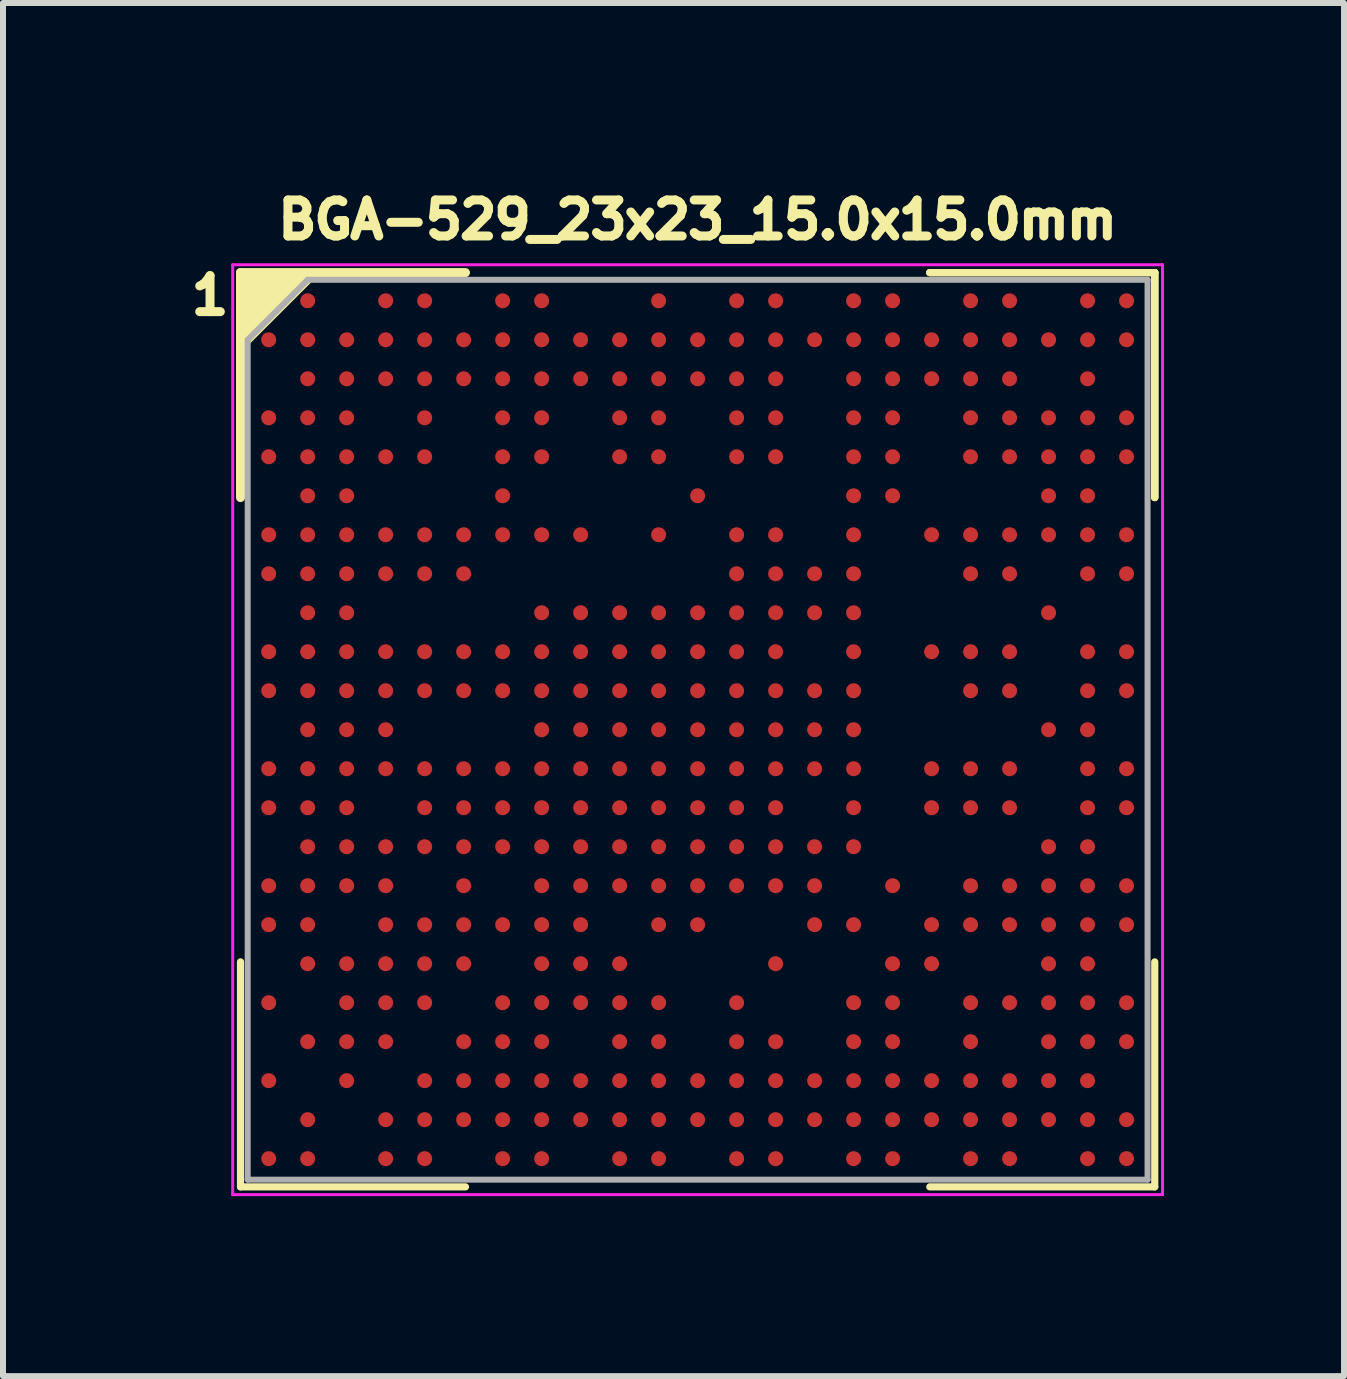
<source format=kicad_pcb>
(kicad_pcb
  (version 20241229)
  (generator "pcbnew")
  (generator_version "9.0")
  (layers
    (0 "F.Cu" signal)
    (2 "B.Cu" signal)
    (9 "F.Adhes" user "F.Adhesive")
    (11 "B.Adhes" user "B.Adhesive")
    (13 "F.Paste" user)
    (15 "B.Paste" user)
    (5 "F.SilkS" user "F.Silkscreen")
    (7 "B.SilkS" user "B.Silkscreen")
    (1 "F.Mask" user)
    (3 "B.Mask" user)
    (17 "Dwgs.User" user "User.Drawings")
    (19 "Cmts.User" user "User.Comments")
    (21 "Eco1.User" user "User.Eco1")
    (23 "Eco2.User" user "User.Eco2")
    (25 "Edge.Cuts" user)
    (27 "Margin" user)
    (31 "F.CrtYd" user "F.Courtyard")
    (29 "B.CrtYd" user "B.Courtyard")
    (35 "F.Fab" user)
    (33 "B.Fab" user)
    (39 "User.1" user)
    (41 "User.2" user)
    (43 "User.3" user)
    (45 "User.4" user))
  (footprint "BGA-529_23x23_15.0x15.0mm"
    (layer "F.Cu")
    (at 8.579 9.114)
    (property "Reference" "BGA-529_23x23_15.0x15.0mm" (at 0 -8.5 0) (layer "F.SilkS") (effects (font (size 0.6 0.6) (thickness 0.15))))
    (attr smd)
    (fp_line (start -7.62 -7.62) (end -7.62 -3.87) (stroke (width 0.15) (type solid)) (layer "F.SilkS"))
    (fp_line (start -7.62 7.62) (end -7.62 3.87) (stroke (width 0.12) (type solid)) (layer "F.SilkS"))
    (fp_line (start -3.87 -7.62) (end -7.62 -7.62) (stroke (width 0.15) (type solid)) (layer "F.SilkS"))
    (fp_line (start -3.87 7.62) (end -7.62 7.62) (stroke (width 0.12) (type solid)) (layer "F.SilkS"))
    (fp_line (start 3.87 -7.62) (end 7.62 -7.62) (stroke (width 0.12) (type solid)) (layer "F.SilkS"))
    (fp_line (start 3.87 -7.62) (end 7.62 -7.62) (stroke (width 0.12) (type solid)) (layer "F.SilkS"))
    (fp_line (start 3.87 -7.62) (end 7.62 -7.62) (stroke (width 0.12) (type solid)) (layer "F.SilkS"))
    (fp_line (start 3.87 7.62) (end 7.62 7.62) (stroke (width 0.12) (type solid)) (layer "F.SilkS"))
    (fp_line (start 7.62 -7.62) (end 7.62 -3.87) (stroke (width 0.12) (type solid)) (layer "F.SilkS"))
    (fp_line (start 7.62 -7.62) (end 7.62 -3.87) (stroke (width 0.12) (type solid)) (layer "F.SilkS"))
    (fp_line (start 7.62 -7.62) (end 7.62 -3.87) (stroke (width 0.12) (type solid)) (layer "F.SilkS"))
    (fp_line (start 7.62 7.62) (end 7.62 3.87) (stroke (width 0.12) (type solid)) (layer "F.SilkS"))
    (fp_poly (pts (xy -7.62 -6.35) (xy -7.62 -7.62) (xy -6.35 -7.62)) (stroke (width 0.1) (type solid)) (fill yes) (layer "F.SilkS"))
    (fp_line (start -7.75 -7.75) (end 7.75 -7.75) (stroke (width 0.05) (type solid)) (layer "F.CrtYd"))
    (fp_line (start -7.75 7.75) (end -7.75 -7.75) (stroke (width 0.05) (type solid)) (layer "F.CrtYd"))
    (fp_line (start 7.75 -7.75) (end 7.75 7.75) (stroke (width 0.05) (type solid)) (layer "F.CrtYd"))
    (fp_line (start 7.75 7.75) (end -7.75 7.75) (stroke (width 0.05) (type solid)) (layer "F.CrtYd"))
    (fp_line (start -7.5 -6.5) (end -7.5 7.5) (stroke (width 0.1) (type solid)) (layer "F.Fab"))
    (fp_line (start -7.5 7.5) (end 7.5 7.5) (stroke (width 0.1) (type solid)) (layer "F.Fab"))
    (fp_line (start -6.5 -7.5) (end -7.5 -6.5) (stroke (width 0.1) (type solid)) (layer "F.Fab"))
    (fp_line (start 7.5 -7.5) (end -6.5 -7.5) (stroke (width 0.1) (type solid)) (layer "F.Fab"))
    (fp_line (start 7.5 7.5) (end 7.5 -7.5) (stroke (width 0.1) (type solid)) (layer "F.Fab"))
    (fp_text user "1" (at -8.128 -7.239 0) (unlocked yes) (layer "F.SilkS") (effects (font (size 0.6 0.6) (thickness 0.15))))
    (pad "A1" smd circle (at -7.15 -7.15) (size 0.25 0.25) (layers "F.Cu" "F.Mask" "F.Paste"))
    (pad "A2" smd circle (at -6.5 -7.15) (size 0.25 0.25) (layers "F.Cu" "F.Mask" "F.Paste"))
    (pad "A4" smd circle (at -5.2 -7.15) (size 0.25 0.25) (layers "F.Cu" "F.Mask" "F.Paste"))
    (pad "A5" smd circle (at -4.55 -7.15) (size 0.25 0.25) (layers "F.Cu" "F.Mask" "F.Paste"))
    (pad "A7" smd circle (at -3.25 -7.15) (size 0.25 0.25) (layers "F.Cu" "F.Mask" "F.Paste"))
    (pad "A8" smd circle (at -2.6 -7.15) (size 0.25 0.25) (layers "F.Cu" "F.Mask" "F.Paste"))
    (pad "A11" smd circle (at -0.65 -7.15) (size 0.25 0.25) (layers "F.Cu" "F.Mask" "F.Paste"))
    (pad "A13" smd circle (at 0.65 -7.15) (size 0.25 0.25) (layers "F.Cu" "F.Mask" "F.Paste"))
    (pad "A14" smd circle (at 1.3 -7.15) (size 0.25 0.25) (layers "F.Cu" "F.Mask" "F.Paste"))
    (pad "A16" smd circle (at 2.6 -7.15) (size 0.25 0.25) (layers "F.Cu" "F.Mask" "F.Paste"))
    (pad "A17" smd circle (at 3.25 -7.15) (size 0.25 0.25) (layers "F.Cu" "F.Mask" "F.Paste"))
    (pad "A19" smd circle (at 4.55 -7.15) (size 0.25 0.25) (layers "F.Cu" "F.Mask" "F.Paste"))
    (pad "A20" smd circle (at 5.2 -7.15) (size 0.25 0.25) (layers "F.Cu" "F.Mask" "F.Paste"))
    (pad "A22" smd circle (at 6.5 -7.15) (size 0.25 0.25) (layers "F.Cu" "F.Mask" "F.Paste"))
    (pad "A23" smd circle (at 7.15 -7.15) (size 0.25 0.25) (layers "F.Cu" "F.Mask" "F.Paste"))
    (pad "AA1" smd circle (at -7.15 5.85) (size 0.25 0.25) (layers "F.Cu" "F.Mask" "F.Paste"))
    (pad "AA3" smd circle (at -5.85 5.85) (size 0.25 0.25) (layers "F.Cu" "F.Mask" "F.Paste"))
    (pad "AA5" smd circle (at -4.55 5.85) (size 0.25 0.25) (layers "F.Cu" "F.Mask" "F.Paste"))
    (pad "AA6" smd circle (at -3.9 5.85) (size 0.25 0.25) (layers "F.Cu" "F.Mask" "F.Paste"))
    (pad "AA7" smd circle (at -3.25 5.85) (size 0.25 0.25) (layers "F.Cu" "F.Mask" "F.Paste"))
    (pad "AA8" smd circle (at -2.6 5.85) (size 0.25 0.25) (layers "F.Cu" "F.Mask" "F.Paste"))
    (pad "AA9" smd circle (at -1.95 5.85) (size 0.25 0.25) (layers "F.Cu" "F.Mask" "F.Paste"))
    (pad "AA10" smd circle (at -1.3 5.85) (size 0.25 0.25) (layers "F.Cu" "F.Mask" "F.Paste"))
    (pad "AA11" smd circle (at -0.65 5.85) (size 0.25 0.25) (layers "F.Cu" "F.Mask" "F.Paste"))
    (pad "AA12" smd circle (at 0 5.85) (size 0.25 0.25) (layers "F.Cu" "F.Mask" "F.Paste"))
    (pad "AA13" smd circle (at 0.65 5.85) (size 0.25 0.25) (layers "F.Cu" "F.Mask" "F.Paste"))
    (pad "AA14" smd circle (at 1.3 5.85) (size 0.25 0.25) (layers "F.Cu" "F.Mask" "F.Paste"))
    (pad "AA15" smd circle (at 1.95 5.85) (size 0.25 0.25) (layers "F.Cu" "F.Mask" "F.Paste"))
    (pad "AA16" smd circle (at 2.6 5.85) (size 0.25 0.25) (layers "F.Cu" "F.Mask" "F.Paste"))
    (pad "AA17" smd circle (at 3.25 5.85) (size 0.25 0.25) (layers "F.Cu" "F.Mask" "F.Paste"))
    (pad "AA18" smd circle (at 3.9 5.85) (size 0.25 0.25) (layers "F.Cu" "F.Mask" "F.Paste"))
    (pad "AA19" smd circle (at 4.55 5.85) (size 0.25 0.25) (layers "F.Cu" "F.Mask" "F.Paste"))
    (pad "AA20" smd circle (at 5.2 5.85) (size 0.25 0.25) (layers "F.Cu" "F.Mask" "F.Paste"))
    (pad "AA21" smd circle (at 5.85 5.85) (size 0.25 0.25) (layers "F.Cu" "F.Mask" "F.Paste"))
    (pad "AA22" smd circle (at 6.5 5.85) (size 0.25 0.25) (layers "F.Cu" "F.Mask" "F.Paste"))
    (pad "AB2" smd circle (at -6.5 6.5) (size 0.25 0.25) (layers "F.Cu" "F.Mask" "F.Paste"))
    (pad "AB4" smd circle (at -5.2 6.5) (size 0.25 0.25) (layers "F.Cu" "F.Mask" "F.Paste"))
    (pad "AB5" smd circle (at -4.55 6.5) (size 0.25 0.25) (layers "F.Cu" "F.Mask" "F.Paste"))
    (pad "AB6" smd circle (at -3.9 6.5) (size 0.25 0.25) (layers "F.Cu" "F.Mask" "F.Paste"))
    (pad "AB7" smd circle (at -3.25 6.5) (size 0.25 0.25) (layers "F.Cu" "F.Mask" "F.Paste"))
    (pad "AB8" smd circle (at -2.6 6.5) (size 0.25 0.25) (layers "F.Cu" "F.Mask" "F.Paste"))
    (pad "AB9" smd circle (at -1.95 6.5) (size 0.25 0.25) (layers "F.Cu" "F.Mask" "F.Paste"))
    (pad "AB10" smd circle (at -1.3 6.5) (size 0.25 0.25) (layers "F.Cu" "F.Mask" "F.Paste"))
    (pad "AB11" smd circle (at -0.65 6.5) (size 0.25 0.25) (layers "F.Cu" "F.Mask" "F.Paste"))
    (pad "AB12" smd circle (at 0 6.5) (size 0.25 0.25) (layers "F.Cu" "F.Mask" "F.Paste"))
    (pad "AB13" smd circle (at 0.65 6.5) (size 0.25 0.25) (layers "F.Cu" "F.Mask" "F.Paste"))
    (pad "AB14" smd circle (at 1.3 6.5) (size 0.25 0.25) (layers "F.Cu" "F.Mask" "F.Paste"))
    (pad "AB15" smd circle (at 1.95 6.5) (size 0.25 0.25) (layers "F.Cu" "F.Mask" "F.Paste"))
    (pad "AB16" smd circle (at 2.6 6.5) (size 0.25 0.25) (layers "F.Cu" "F.Mask" "F.Paste"))
    (pad "AB17" smd circle (at 3.25 6.5) (size 0.25 0.25) (layers "F.Cu" "F.Mask" "F.Paste"))
    (pad "AB18" smd circle (at 3.9 6.5) (size 0.25 0.25) (layers "F.Cu" "F.Mask" "F.Paste"))
    (pad "AB19" smd circle (at 4.55 6.5) (size 0.25 0.25) (layers "F.Cu" "F.Mask" "F.Paste"))
    (pad "AB20" smd circle (at 5.2 6.5) (size 0.25 0.25) (layers "F.Cu" "F.Mask" "F.Paste"))
    (pad "AB21" smd circle (at 5.85 6.5) (size 0.25 0.25) (layers "F.Cu" "F.Mask" "F.Paste"))
    (pad "AB22" smd circle (at 6.5 6.5) (size 0.25 0.25) (layers "F.Cu" "F.Mask" "F.Paste"))
    (pad "AB23" smd circle (at 7.15 6.5) (size 0.25 0.25) (layers "F.Cu" "F.Mask" "F.Paste"))
    (pad "AC1" smd circle (at -7.15 7.15) (size 0.25 0.25) (layers "F.Cu" "F.Mask" "F.Paste"))
    (pad "AC2" smd circle (at -6.5 7.15) (size 0.25 0.25) (layers "F.Cu" "F.Mask" "F.Paste"))
    (pad "AC4" smd circle (at -5.2 7.15) (size 0.25 0.25) (layers "F.Cu" "F.Mask" "F.Paste"))
    (pad "AC5" smd circle (at -4.55 7.15) (size 0.25 0.25) (layers "F.Cu" "F.Mask" "F.Paste"))
    (pad "AC7" smd circle (at -3.25 7.15) (size 0.25 0.25) (layers "F.Cu" "F.Mask" "F.Paste"))
    (pad "AC8" smd circle (at -2.6 7.15) (size 0.25 0.25) (layers "F.Cu" "F.Mask" "F.Paste"))
    (pad "AC10" smd circle (at -1.3 7.15) (size 0.25 0.25) (layers "F.Cu" "F.Mask" "F.Paste"))
    (pad "AC11" smd circle (at -0.65 7.15) (size 0.25 0.25) (layers "F.Cu" "F.Mask" "F.Paste"))
    (pad "AC13" smd circle (at 0.65 7.15) (size 0.25 0.25) (layers "F.Cu" "F.Mask" "F.Paste"))
    (pad "AC14" smd circle (at 1.3 7.15) (size 0.25 0.25) (layers "F.Cu" "F.Mask" "F.Paste"))
    (pad "AC16" smd circle (at 2.6 7.15) (size 0.25 0.25) (layers "F.Cu" "F.Mask" "F.Paste"))
    (pad "AC17" smd circle (at 3.25 7.15) (size 0.25 0.25) (layers "F.Cu" "F.Mask" "F.Paste"))
    (pad "AC19" smd circle (at 4.55 7.15) (size 0.25 0.25) (layers "F.Cu" "F.Mask" "F.Paste"))
    (pad "AC20" smd circle (at 5.2 7.15) (size 0.25 0.25) (layers "F.Cu" "F.Mask" "F.Paste"))
    (pad "AC22" smd circle (at 6.5 7.15) (size 0.25 0.25) (layers "F.Cu" "F.Mask" "F.Paste"))
    (pad "AC23" smd circle (at 7.15 7.15) (size 0.25 0.25) (layers "F.Cu" "F.Mask" "F.Paste"))
    (pad "B1" smd circle (at -7.15 -6.5) (size 0.25 0.25) (layers "F.Cu" "F.Mask" "F.Paste"))
    (pad "B2" smd circle (at -6.5 -6.5) (size 0.25 0.25) (layers "F.Cu" "F.Mask" "F.Paste"))
    (pad "B3" smd circle (at -5.85 -6.5) (size 0.25 0.25) (layers "F.Cu" "F.Mask" "F.Paste"))
    (pad "B4" smd circle (at -5.2 -6.5) (size 0.25 0.25) (layers "F.Cu" "F.Mask" "F.Paste"))
    (pad "B5" smd circle (at -4.55 -6.5) (size 0.25 0.25) (layers "F.Cu" "F.Mask" "F.Paste"))
    (pad "B6" smd circle (at -3.9 -6.5) (size 0.25 0.25) (layers "F.Cu" "F.Mask" "F.Paste"))
    (pad "B7" smd circle (at -3.25 -6.5) (size 0.25 0.25) (layers "F.Cu" "F.Mask" "F.Paste"))
    (pad "B8" smd circle (at -2.6 -6.5) (size 0.25 0.25) (layers "F.Cu" "F.Mask" "F.Paste"))
    (pad "B9" smd circle (at -1.95 -6.5) (size 0.25 0.25) (layers "F.Cu" "F.Mask" "F.Paste"))
    (pad "B10" smd circle (at -1.3 -6.5) (size 0.25 0.25) (layers "F.Cu" "F.Mask" "F.Paste"))
    (pad "B11" smd circle (at -0.65 -6.5) (size 0.25 0.25) (layers "F.Cu" "F.Mask" "F.Paste"))
    (pad "B12" smd circle (at 0 -6.5) (size 0.25 0.25) (layers "F.Cu" "F.Mask" "F.Paste"))
    (pad "B13" smd circle (at 0.65 -6.5) (size 0.25 0.25) (layers "F.Cu" "F.Mask" "F.Paste"))
    (pad "B14" smd circle (at 1.3 -6.5) (size 0.25 0.25) (layers "F.Cu" "F.Mask" "F.Paste"))
    (pad "B15" smd circle (at 1.95 -6.5) (size 0.25 0.25) (layers "F.Cu" "F.Mask" "F.Paste"))
    (pad "B16" smd circle (at 2.6 -6.5) (size 0.25 0.25) (layers "F.Cu" "F.Mask" "F.Paste"))
    (pad "B17" smd circle (at 3.25 -6.5) (size 0.25 0.25) (layers "F.Cu" "F.Mask" "F.Paste"))
    (pad "B18" smd circle (at 3.9 -6.5) (size 0.25 0.25) (layers "F.Cu" "F.Mask" "F.Paste"))
    (pad "B19" smd circle (at 4.55 -6.5) (size 0.25 0.25) (layers "F.Cu" "F.Mask" "F.Paste"))
    (pad "B20" smd circle (at 5.2 -6.5) (size 0.25 0.25) (layers "F.Cu" "F.Mask" "F.Paste"))
    (pad "B21" smd circle (at 5.85 -6.5) (size 0.25 0.25) (layers "F.Cu" "F.Mask" "F.Paste"))
    (pad "B22" smd circle (at 6.5 -6.5) (size 0.25 0.25) (layers "F.Cu" "F.Mask" "F.Paste"))
    (pad "B23" smd circle (at 7.15 -6.5) (size 0.25 0.25) (layers "F.Cu" "F.Mask" "F.Paste"))
    (pad "C2" smd circle (at -6.5 -5.85) (size 0.25 0.25) (layers "F.Cu" "F.Mask" "F.Paste"))
    (pad "C3" smd circle (at -5.85 -5.85) (size 0.25 0.25) (layers "F.Cu" "F.Mask" "F.Paste"))
    (pad "C4" smd circle (at -5.2 -5.85) (size 0.25 0.25) (layers "F.Cu" "F.Mask" "F.Paste"))
    (pad "C5" smd circle (at -4.55 -5.85) (size 0.25 0.25) (layers "F.Cu" "F.Mask" "F.Paste"))
    (pad "C6" smd circle (at -3.9 -5.85) (size 0.25 0.25) (layers "F.Cu" "F.Mask" "F.Paste"))
    (pad "C7" smd circle (at -3.25 -5.85) (size 0.25 0.25) (layers "F.Cu" "F.Mask" "F.Paste"))
    (pad "C8" smd circle (at -2.6 -5.85) (size 0.25 0.25) (layers "F.Cu" "F.Mask" "F.Paste"))
    (pad "C9" smd circle (at -1.95 -5.85) (size 0.25 0.25) (layers "F.Cu" "F.Mask" "F.Paste"))
    (pad "C10" smd circle (at -1.3 -5.85) (size 0.25 0.25) (layers "F.Cu" "F.Mask" "F.Paste"))
    (pad "C11" smd circle (at -0.65 -5.85) (size 0.25 0.25) (layers "F.Cu" "F.Mask" "F.Paste"))
    (pad "C12" smd circle (at 0 -5.85) (size 0.25 0.25) (layers "F.Cu" "F.Mask" "F.Paste"))
    (pad "C13" smd circle (at 0.65 -5.85) (size 0.25 0.25) (layers "F.Cu" "F.Mask" "F.Paste"))
    (pad "C14" smd circle (at 1.3 -5.85) (size 0.25 0.25) (layers "F.Cu" "F.Mask" "F.Paste"))
    (pad "C16" smd circle (at 2.6 -5.85) (size 0.25 0.25) (layers "F.Cu" "F.Mask" "F.Paste"))
    (pad "C17" smd circle (at 3.25 -5.85) (size 0.25 0.25) (layers "F.Cu" "F.Mask" "F.Paste"))
    (pad "C18" smd circle (at 3.9 -5.85) (size 0.25 0.25) (layers "F.Cu" "F.Mask" "F.Paste"))
    (pad "C19" smd circle (at 4.55 -5.85) (size 0.25 0.25) (layers "F.Cu" "F.Mask" "F.Paste"))
    (pad "C20" smd circle (at 5.2 -5.85) (size 0.25 0.25) (layers "F.Cu" "F.Mask" "F.Paste"))
    (pad "C22" smd circle (at 6.5 -5.85) (size 0.25 0.25) (layers "F.Cu" "F.Mask" "F.Paste"))
    (pad "D1" smd circle (at -7.15 -5.2) (size 0.25 0.25) (layers "F.Cu" "F.Mask" "F.Paste"))
    (pad "D2" smd circle (at -6.5 -5.2) (size 0.25 0.25) (layers "F.Cu" "F.Mask" "F.Paste"))
    (pad "D3" smd circle (at -5.85 -5.2) (size 0.25 0.25) (layers "F.Cu" "F.Mask" "F.Paste"))
    (pad "D5" smd circle (at -4.55 -5.2) (size 0.25 0.25) (layers "F.Cu" "F.Mask" "F.Paste"))
    (pad "D7" smd circle (at -3.25 -5.2) (size 0.25 0.25) (layers "F.Cu" "F.Mask" "F.Paste"))
    (pad "D8" smd circle (at -2.6 -5.2) (size 0.25 0.25) (layers "F.Cu" "F.Mask" "F.Paste"))
    (pad "D10" smd circle (at -1.3 -5.2) (size 0.25 0.25) (layers "F.Cu" "F.Mask" "F.Paste"))
    (pad "D11" smd circle (at -0.65 -5.2) (size 0.25 0.25) (layers "F.Cu" "F.Mask" "F.Paste"))
    (pad "D13" smd circle (at 0.65 -5.2) (size 0.25 0.25) (layers "F.Cu" "F.Mask" "F.Paste"))
    (pad "D14" smd circle (at 1.3 -5.2) (size 0.25 0.25) (layers "F.Cu" "F.Mask" "F.Paste"))
    (pad "D16" smd circle (at 2.6 -5.2) (size 0.25 0.25) (layers "F.Cu" "F.Mask" "F.Paste"))
    (pad "D17" smd circle (at 3.25 -5.2) (size 0.25 0.25) (layers "F.Cu" "F.Mask" "F.Paste"))
    (pad "D19" smd circle (at 4.55 -5.2) (size 0.25 0.25) (layers "F.Cu" "F.Mask" "F.Paste"))
    (pad "D20" smd circle (at 5.2 -5.2) (size 0.25 0.25) (layers "F.Cu" "F.Mask" "F.Paste"))
    (pad "D21" smd circle (at 5.85 -5.2) (size 0.25 0.25) (layers "F.Cu" "F.Mask" "F.Paste"))
    (pad "D22" smd circle (at 6.5 -5.2) (size 0.25 0.25) (layers "F.Cu" "F.Mask" "F.Paste"))
    (pad "D23" smd circle (at 7.15 -5.2) (size 0.25 0.25) (layers "F.Cu" "F.Mask" "F.Paste"))
    (pad "E1" smd circle (at -7.15 -4.55) (size 0.25 0.25) (layers "F.Cu" "F.Mask" "F.Paste"))
    (pad "E2" smd circle (at -6.5 -4.55) (size 0.25 0.25) (layers "F.Cu" "F.Mask" "F.Paste"))
    (pad "E3" smd circle (at -5.85 -4.55) (size 0.25 0.25) (layers "F.Cu" "F.Mask" "F.Paste"))
    (pad "E4" smd circle (at -5.2 -4.55) (size 0.25 0.25) (layers "F.Cu" "F.Mask" "F.Paste"))
    (pad "E5" smd circle (at -4.55 -4.55) (size 0.25 0.25) (layers "F.Cu" "F.Mask" "F.Paste"))
    (pad "E7" smd circle (at -3.25 -4.55) (size 0.25 0.25) (layers "F.Cu" "F.Mask" "F.Paste"))
    (pad "E8" smd circle (at -2.6 -4.55) (size 0.25 0.25) (layers "F.Cu" "F.Mask" "F.Paste"))
    (pad "E10" smd circle (at -1.3 -4.55) (size 0.25 0.25) (layers "F.Cu" "F.Mask" "F.Paste"))
    (pad "E11" smd circle (at -0.65 -4.55) (size 0.25 0.25) (layers "F.Cu" "F.Mask" "F.Paste"))
    (pad "E13" smd circle (at 0.65 -4.55) (size 0.25 0.25) (layers "F.Cu" "F.Mask" "F.Paste"))
    (pad "E14" smd circle (at 1.3 -4.55) (size 0.25 0.25) (layers "F.Cu" "F.Mask" "F.Paste"))
    (pad "E16" smd circle (at 2.6 -4.55) (size 0.25 0.25) (layers "F.Cu" "F.Mask" "F.Paste"))
    (pad "E17" smd circle (at 3.25 -4.55) (size 0.25 0.25) (layers "F.Cu" "F.Mask" "F.Paste"))
    (pad "E19" smd circle (at 4.55 -4.55) (size 0.25 0.25) (layers "F.Cu" "F.Mask" "F.Paste"))
    (pad "E20" smd circle (at 5.2 -4.55) (size 0.25 0.25) (layers "F.Cu" "F.Mask" "F.Paste"))
    (pad "E21" smd circle (at 5.85 -4.55) (size 0.25 0.25) (layers "F.Cu" "F.Mask" "F.Paste"))
    (pad "E22" smd circle (at 6.5 -4.55) (size 0.25 0.25) (layers "F.Cu" "F.Mask" "F.Paste"))
    (pad "E23" smd circle (at 7.15 -4.55) (size 0.25 0.25) (layers "F.Cu" "F.Mask" "F.Paste"))
    (pad "F2" smd circle (at -6.5 -3.9) (size 0.25 0.25) (layers "F.Cu" "F.Mask" "F.Paste"))
    (pad "F3" smd circle (at -5.85 -3.9) (size 0.25 0.25) (layers "F.Cu" "F.Mask" "F.Paste"))
    (pad "F7" smd circle (at -3.25 -3.9) (size 0.25 0.25) (layers "F.Cu" "F.Mask" "F.Paste"))
    (pad "F12" smd circle (at 0 -3.9) (size 0.25 0.25) (layers "F.Cu" "F.Mask" "F.Paste"))
    (pad "F16" smd circle (at 2.6 -3.9) (size 0.25 0.25) (layers "F.Cu" "F.Mask" "F.Paste"))
    (pad "F17" smd circle (at 3.25 -3.9) (size 0.25 0.25) (layers "F.Cu" "F.Mask" "F.Paste"))
    (pad "F21" smd circle (at 5.85 -3.9) (size 0.25 0.25) (layers "F.Cu" "F.Mask" "F.Paste"))
    (pad "F22" smd circle (at 6.5 -3.9) (size 0.25 0.25) (layers "F.Cu" "F.Mask" "F.Paste"))
    (pad "G1" smd circle (at -7.15 -3.25) (size 0.25 0.25) (layers "F.Cu" "F.Mask" "F.Paste"))
    (pad "G2" smd circle (at -6.5 -3.25) (size 0.25 0.25) (layers "F.Cu" "F.Mask" "F.Paste"))
    (pad "G3" smd circle (at -5.85 -3.25) (size 0.25 0.25) (layers "F.Cu" "F.Mask" "F.Paste"))
    (pad "G4" smd circle (at -5.2 -3.25) (size 0.25 0.25) (layers "F.Cu" "F.Mask" "F.Paste"))
    (pad "G5" smd circle (at -4.55 -3.25) (size 0.25 0.25) (layers "F.Cu" "F.Mask" "F.Paste"))
    (pad "G6" smd circle (at -3.9 -3.25) (size 0.25 0.25) (layers "F.Cu" "F.Mask" "F.Paste"))
    (pad "G7" smd circle (at -3.25 -3.25) (size 0.25 0.25) (layers "F.Cu" "F.Mask" "F.Paste"))
    (pad "G8" smd circle (at -2.6 -3.25) (size 0.25 0.25) (layers "F.Cu" "F.Mask" "F.Paste"))
    (pad "G9" smd circle (at -1.95 -3.25) (size 0.25 0.25) (layers "F.Cu" "F.Mask" "F.Paste"))
    (pad "G11" smd circle (at -0.65 -3.25) (size 0.25 0.25) (layers "F.Cu" "F.Mask" "F.Paste"))
    (pad "G13" smd circle (at 0.65 -3.25) (size 0.25 0.25) (layers "F.Cu" "F.Mask" "F.Paste"))
    (pad "G14" smd circle (at 1.3 -3.25) (size 0.25 0.25) (layers "F.Cu" "F.Mask" "F.Paste"))
    (pad "G16" smd circle (at 2.6 -3.25) (size 0.25 0.25) (layers "F.Cu" "F.Mask" "F.Paste"))
    (pad "G18" smd circle (at 3.9 -3.25) (size 0.25 0.25) (layers "F.Cu" "F.Mask" "F.Paste"))
    (pad "G19" smd circle (at 4.55 -3.25) (size 0.25 0.25) (layers "F.Cu" "F.Mask" "F.Paste"))
    (pad "G20" smd circle (at 5.2 -3.25) (size 0.25 0.25) (layers "F.Cu" "F.Mask" "F.Paste"))
    (pad "G21" smd circle (at 5.85 -3.25) (size 0.25 0.25) (layers "F.Cu" "F.Mask" "F.Paste"))
    (pad "G22" smd circle (at 6.5 -3.25) (size 0.25 0.25) (layers "F.Cu" "F.Mask" "F.Paste"))
    (pad "G23" smd circle (at 7.15 -3.25) (size 0.25 0.25) (layers "F.Cu" "F.Mask" "F.Paste"))
    (pad "H1" smd circle (at -7.15 -2.6) (size 0.25 0.25) (layers "F.Cu" "F.Mask" "F.Paste"))
    (pad "H2" smd circle (at -6.5 -2.6) (size 0.25 0.25) (layers "F.Cu" "F.Mask" "F.Paste"))
    (pad "H3" smd circle (at -5.85 -2.6) (size 0.25 0.25) (layers "F.Cu" "F.Mask" "F.Paste"))
    (pad "H4" smd circle (at -5.2 -2.6) (size 0.25 0.25) (layers "F.Cu" "F.Mask" "F.Paste"))
    (pad "H5" smd circle (at -4.55 -2.6) (size 0.25 0.25) (layers "F.Cu" "F.Mask" "F.Paste"))
    (pad "H6" smd circle (at -3.9 -2.6) (size 0.25 0.25) (layers "F.Cu" "F.Mask" "F.Paste"))
    (pad "H13" smd circle (at 0.65 -2.6) (size 0.25 0.25) (layers "F.Cu" "F.Mask" "F.Paste"))
    (pad "H14" smd circle (at 1.3 -2.6) (size 0.25 0.25) (layers "F.Cu" "F.Mask" "F.Paste"))
    (pad "H15" smd circle (at 1.95 -2.6) (size 0.25 0.25) (layers "F.Cu" "F.Mask" "F.Paste"))
    (pad "H16" smd circle (at 2.6 -2.6) (size 0.25 0.25) (layers "F.Cu" "F.Mask" "F.Paste"))
    (pad "H19" smd circle (at 4.55 -2.6) (size 0.25 0.25) (layers "F.Cu" "F.Mask" "F.Paste"))
    (pad "H20" smd circle (at 5.2 -2.6) (size 0.25 0.25) (layers "F.Cu" "F.Mask" "F.Paste"))
    (pad "H22" smd circle (at 6.5 -2.6) (size 0.25 0.25) (layers "F.Cu" "F.Mask" "F.Paste"))
    (pad "H23" smd circle (at 7.15 -2.6) (size 0.25 0.25) (layers "F.Cu" "F.Mask" "F.Paste"))
    (pad "J2" smd circle (at -6.5 -1.95) (size 0.25 0.25) (layers "F.Cu" "F.Mask" "F.Paste"))
    (pad "J3" smd circle (at -5.85 -1.95) (size 0.25 0.25) (layers "F.Cu" "F.Mask" "F.Paste"))
    (pad "J8" smd circle (at -2.6 -1.95) (size 0.25 0.25) (layers "F.Cu" "F.Mask" "F.Paste"))
    (pad "J9" smd circle (at -1.95 -1.95) (size 0.25 0.25) (layers "F.Cu" "F.Mask" "F.Paste"))
    (pad "J10" smd circle (at -1.3 -1.95) (size 0.25 0.25) (layers "F.Cu" "F.Mask" "F.Paste"))
    (pad "J11" smd circle (at -0.65 -1.95) (size 0.25 0.25) (layers "F.Cu" "F.Mask" "F.Paste"))
    (pad "J12" smd circle (at 0 -1.95) (size 0.25 0.25) (layers "F.Cu" "F.Mask" "F.Paste"))
    (pad "J13" smd circle (at 0.65 -1.95) (size 0.25 0.25) (layers "F.Cu" "F.Mask" "F.Paste"))
    (pad "J14" smd circle (at 1.3 -1.95) (size 0.25 0.25) (layers "F.Cu" "F.Mask" "F.Paste"))
    (pad "J15" smd circle (at 1.95 -1.95) (size 0.25 0.25) (layers "F.Cu" "F.Mask" "F.Paste"))
    (pad "J16" smd circle (at 2.6 -1.95) (size 0.25 0.25) (layers "F.Cu" "F.Mask" "F.Paste"))
    (pad "J21" smd circle (at 5.85 -1.95) (size 0.25 0.25) (layers "F.Cu" "F.Mask" "F.Paste"))
    (pad "K1" smd circle (at -7.15 -1.3) (size 0.25 0.25) (layers "F.Cu" "F.Mask" "F.Paste"))
    (pad "K2" smd circle (at -6.5 -1.3) (size 0.25 0.25) (layers "F.Cu" "F.Mask" "F.Paste"))
    (pad "K3" smd circle (at -5.85 -1.3) (size 0.25 0.25) (layers "F.Cu" "F.Mask" "F.Paste"))
    (pad "K4" smd circle (at -5.2 -1.3) (size 0.25 0.25) (layers "F.Cu" "F.Mask" "F.Paste"))
    (pad "K5" smd circle (at -4.55 -1.3) (size 0.25 0.25) (layers "F.Cu" "F.Mask" "F.Paste"))
    (pad "K6" smd circle (at -3.9 -1.3) (size 0.25 0.25) (layers "F.Cu" "F.Mask" "F.Paste"))
    (pad "K7" smd circle (at -3.25 -1.3) (size 0.25 0.25) (layers "F.Cu" "F.Mask" "F.Paste"))
    (pad "K8" smd circle (at -2.6 -1.3) (size 0.25 0.25) (layers "F.Cu" "F.Mask" "F.Paste"))
    (pad "K9" smd circle (at -1.95 -1.3) (size 0.25 0.25) (layers "F.Cu" "F.Mask" "F.Paste"))
    (pad "K10" smd circle (at -1.3 -1.3) (size 0.25 0.25) (layers "F.Cu" "F.Mask" "F.Paste"))
    (pad "K11" smd circle (at -0.65 -1.3) (size 0.25 0.25) (layers "F.Cu" "F.Mask" "F.Paste"))
    (pad "K12" smd circle (at 0 -1.3) (size 0.25 0.25) (layers "F.Cu" "F.Mask" "F.Paste"))
    (pad "K13" smd circle (at 0.65 -1.3) (size 0.25 0.25) (layers "F.Cu" "F.Mask" "F.Paste"))
    (pad "K14" smd circle (at 1.3 -1.3) (size 0.25 0.25) (layers "F.Cu" "F.Mask" "F.Paste"))
    (pad "K16" smd circle (at 2.6 -1.3) (size 0.25 0.25) (layers "F.Cu" "F.Mask" "F.Paste"))
    (pad "K18" smd circle (at 3.9 -1.3) (size 0.25 0.25) (layers "F.Cu" "F.Mask" "F.Paste"))
    (pad "K19" smd circle (at 4.55 -1.3) (size 0.25 0.25) (layers "F.Cu" "F.Mask" "F.Paste"))
    (pad "K20" smd circle (at 5.2 -1.3) (size 0.25 0.25) (layers "F.Cu" "F.Mask" "F.Paste"))
    (pad "K22" smd circle (at 6.5 -1.3) (size 0.25 0.25) (layers "F.Cu" "F.Mask" "F.Paste"))
    (pad "K23" smd circle (at 7.15 -1.3) (size 0.25 0.25) (layers "F.Cu" "F.Mask" "F.Paste"))
    (pad "L1" smd circle (at -7.15 -0.65) (size 0.25 0.25) (layers "F.Cu" "F.Mask" "F.Paste"))
    (pad "L2" smd circle (at -6.5 -0.65) (size 0.25 0.25) (layers "F.Cu" "F.Mask" "F.Paste"))
    (pad "L3" smd circle (at -5.85 -0.65) (size 0.25 0.25) (layers "F.Cu" "F.Mask" "F.Paste"))
    (pad "L4" smd circle (at -5.2 -0.65) (size 0.25 0.25) (layers "F.Cu" "F.Mask" "F.Paste"))
    (pad "L5" smd circle (at -4.55 -0.65) (size 0.25 0.25) (layers "F.Cu" "F.Mask" "F.Paste"))
    (pad "L6" smd circle (at -3.9 -0.65) (size 0.25 0.25) (layers "F.Cu" "F.Mask" "F.Paste"))
    (pad "L7" smd circle (at -3.25 -0.65) (size 0.25 0.25) (layers "F.Cu" "F.Mask" "F.Paste"))
    (pad "L8" smd circle (at -2.6 -0.65) (size 0.25 0.25) (layers "F.Cu" "F.Mask" "F.Paste"))
    (pad "L9" smd circle (at -1.95 -0.65) (size 0.25 0.25) (layers "F.Cu" "F.Mask" "F.Paste"))
    (pad "L10" smd circle (at -1.3 -0.65) (size 0.25 0.25) (layers "F.Cu" "F.Mask" "F.Paste"))
    (pad "L11" smd circle (at -0.65 -0.65) (size 0.25 0.25) (layers "F.Cu" "F.Mask" "F.Paste"))
    (pad "L12" smd circle (at 0 -0.65) (size 0.25 0.25) (layers "F.Cu" "F.Mask" "F.Paste"))
    (pad "L13" smd circle (at 0.65 -0.65) (size 0.25 0.25) (layers "F.Cu" "F.Mask" "F.Paste"))
    (pad "L14" smd circle (at 1.3 -0.65) (size 0.25 0.25) (layers "F.Cu" "F.Mask" "F.Paste"))
    (pad "L15" smd circle (at 1.95 -0.65) (size 0.25 0.25) (layers "F.Cu" "F.Mask" "F.Paste"))
    (pad "L16" smd circle (at 2.6 -0.65) (size 0.25 0.25) (layers "F.Cu" "F.Mask" "F.Paste"))
    (pad "L19" smd circle (at 4.55 -0.65) (size 0.25 0.25) (layers "F.Cu" "F.Mask" "F.Paste"))
    (pad "L20" smd circle (at 5.2 -0.65) (size 0.25 0.25) (layers "F.Cu" "F.Mask" "F.Paste"))
    (pad "L22" smd circle (at 6.5 -0.65) (size 0.25 0.25) (layers "F.Cu" "F.Mask" "F.Paste"))
    (pad "L23" smd circle (at 7.15 -0.65) (size 0.25 0.25) (layers "F.Cu" "F.Mask" "F.Paste"))
    (pad "M2" smd circle (at -6.5 0) (size 0.25 0.25) (layers "F.Cu" "F.Mask" "F.Paste"))
    (pad "M3" smd circle (at -5.85 0) (size 0.25 0.25) (layers "F.Cu" "F.Mask" "F.Paste"))
    (pad "M4" smd circle (at -5.2 0) (size 0.25 0.25) (layers "F.Cu" "F.Mask" "F.Paste"))
    (pad "M8" smd circle (at -2.6 0) (size 0.25 0.25) (layers "F.Cu" "F.Mask" "F.Paste"))
    (pad "M9" smd circle (at -1.95 0) (size 0.25 0.25) (layers "F.Cu" "F.Mask" "F.Paste"))
    (pad "M10" smd circle (at -1.3 0) (size 0.25 0.25) (layers "F.Cu" "F.Mask" "F.Paste"))
    (pad "M11" smd circle (at -0.65 0) (size 0.25 0.25) (layers "F.Cu" "F.Mask" "F.Paste"))
    (pad "M12" smd circle (at 0 0) (size 0.25 0.25) (layers "F.Cu" "F.Mask" "F.Paste"))
    (pad "M13" smd circle (at 0.65 0) (size 0.25 0.25) (layers "F.Cu" "F.Mask" "F.Paste"))
    (pad "M14" smd circle (at 1.3 0) (size 0.25 0.25) (layers "F.Cu" "F.Mask" "F.Paste"))
    (pad "M15" smd circle (at 1.95 0) (size 0.25 0.25) (layers "F.Cu" "F.Mask" "F.Paste"))
    (pad "M16" smd circle (at 2.6 0) (size 0.25 0.25) (layers "F.Cu" "F.Mask" "F.Paste"))
    (pad "M21" smd circle (at 5.85 0) (size 0.25 0.25) (layers "F.Cu" "F.Mask" "F.Paste"))
    (pad "M22" smd circle (at 6.5 0) (size 0.25 0.25) (layers "F.Cu" "F.Mask" "F.Paste"))
    (pad "N1" smd circle (at -7.15 0.65) (size 0.25 0.25) (layers "F.Cu" "F.Mask" "F.Paste"))
    (pad "N2" smd circle (at -6.5 0.65) (size 0.25 0.25) (layers "F.Cu" "F.Mask" "F.Paste"))
    (pad "N3" smd circle (at -5.85 0.65) (size 0.25 0.25) (layers "F.Cu" "F.Mask" "F.Paste"))
    (pad "N4" smd circle (at -5.2 0.65) (size 0.25 0.25) (layers "F.Cu" "F.Mask" "F.Paste"))
    (pad "N5" smd circle (at -4.55 0.65) (size 0.25 0.25) (layers "F.Cu" "F.Mask" "F.Paste"))
    (pad "N6" smd circle (at -3.9 0.65) (size 0.25 0.25) (layers "F.Cu" "F.Mask" "F.Paste"))
    (pad "N7" smd circle (at -3.25 0.65) (size 0.25 0.25) (layers "F.Cu" "F.Mask" "F.Paste"))
    (pad "N8" smd circle (at -2.6 0.65) (size 0.25 0.25) (layers "F.Cu" "F.Mask" "F.Paste"))
    (pad "N9" smd circle (at -1.95 0.65) (size 0.25 0.25) (layers "F.Cu" "F.Mask" "F.Paste"))
    (pad "N10" smd circle (at -1.3 0.65) (size 0.25 0.25) (layers "F.Cu" "F.Mask" "F.Paste"))
    (pad "N11" smd circle (at -0.65 0.65) (size 0.25 0.25) (layers "F.Cu" "F.Mask" "F.Paste"))
    (pad "N12" smd circle (at 0 0.65) (size 0.25 0.25) (layers "F.Cu" "F.Mask" "F.Paste"))
    (pad "N13" smd circle (at 0.65 0.65) (size 0.25 0.25) (layers "F.Cu" "F.Mask" "F.Paste"))
    (pad "N14" smd circle (at 1.3 0.65) (size 0.25 0.25) (layers "F.Cu" "F.Mask" "F.Paste"))
    (pad "N15" smd circle (at 1.95 0.65) (size 0.25 0.25) (layers "F.Cu" "F.Mask" "F.Paste"))
    (pad "N16" smd circle (at 2.6 0.65) (size 0.25 0.25) (layers "F.Cu" "F.Mask" "F.Paste"))
    (pad "N18" smd circle (at 3.9 0.65) (size 0.25 0.25) (layers "F.Cu" "F.Mask" "F.Paste"))
    (pad "N19" smd circle (at 4.55 0.65) (size 0.25 0.25) (layers "F.Cu" "F.Mask" "F.Paste"))
    (pad "N20" smd circle (at 5.2 0.65) (size 0.25 0.25) (layers "F.Cu" "F.Mask" "F.Paste"))
    (pad "N22" smd circle (at 6.5 0.65) (size 0.25 0.25) (layers "F.Cu" "F.Mask" "F.Paste"))
    (pad "N23" smd circle (at 7.15 0.65) (size 0.25 0.25) (layers "F.Cu" "F.Mask" "F.Paste"))
    (pad "P1" smd circle (at -7.15 1.3) (size 0.25 0.25) (layers "F.Cu" "F.Mask" "F.Paste"))
    (pad "P2" smd circle (at -6.5 1.3) (size 0.25 0.25) (layers "F.Cu" "F.Mask" "F.Paste"))
    (pad "P3" smd circle (at -5.85 1.3) (size 0.25 0.25) (layers "F.Cu" "F.Mask" "F.Paste"))
    (pad "P5" smd circle (at -4.55 1.3) (size 0.25 0.25) (layers "F.Cu" "F.Mask" "F.Paste"))
    (pad "P6" smd circle (at -3.9 1.3) (size 0.25 0.25) (layers "F.Cu" "F.Mask" "F.Paste"))
    (pad "P7" smd circle (at -3.25 1.3) (size 0.25 0.25) (layers "F.Cu" "F.Mask" "F.Paste"))
    (pad "P8" smd circle (at -2.6 1.3) (size 0.25 0.25) (layers "F.Cu" "F.Mask" "F.Paste"))
    (pad "P9" smd circle (at -1.95 1.3) (size 0.25 0.25) (layers "F.Cu" "F.Mask" "F.Paste"))
    (pad "P10" smd circle (at -1.3 1.3) (size 0.25 0.25) (layers "F.Cu" "F.Mask" "F.Paste"))
    (pad "P11" smd circle (at -0.65 1.3) (size 0.25 0.25) (layers "F.Cu" "F.Mask" "F.Paste"))
    (pad "P12" smd circle (at 0 1.3) (size 0.25 0.25) (layers "F.Cu" "F.Mask" "F.Paste"))
    (pad "P13" smd circle (at 0.65 1.3) (size 0.25 0.25) (layers "F.Cu" "F.Mask" "F.Paste"))
    (pad "P14" smd circle (at 1.3 1.3) (size 0.25 0.25) (layers "F.Cu" "F.Mask" "F.Paste"))
    (pad "P16" smd circle (at 2.6 1.3) (size 0.25 0.25) (layers "F.Cu" "F.Mask" "F.Paste"))
    (pad "P18" smd circle (at 3.9 1.3) (size 0.25 0.25) (layers "F.Cu" "F.Mask" "F.Paste"))
    (pad "P19" smd circle (at 4.55 1.3) (size 0.25 0.25) (layers "F.Cu" "F.Mask" "F.Paste"))
    (pad "P20" smd circle (at 5.2 1.3) (size 0.25 0.25) (layers "F.Cu" "F.Mask" "F.Paste"))
    (pad "P22" smd circle (at 6.5 1.3) (size 0.25 0.25) (layers "F.Cu" "F.Mask" "F.Paste"))
    (pad "P23" smd circle (at 7.15 1.3) (size 0.25 0.25) (layers "F.Cu" "F.Mask" "F.Paste"))
    (pad "R2" smd circle (at -6.5 1.95) (size 0.25 0.25) (layers "F.Cu" "F.Mask" "F.Paste"))
    (pad "R3" smd circle (at -5.85 1.95) (size 0.25 0.25) (layers "F.Cu" "F.Mask" "F.Paste"))
    (pad "R4" smd circle (at -5.2 1.95) (size 0.25 0.25) (layers "F.Cu" "F.Mask" "F.Paste"))
    (pad "R5" smd circle (at -4.55 1.95) (size 0.25 0.25) (layers "F.Cu" "F.Mask" "F.Paste"))
    (pad "R6" smd circle (at -3.9 1.95) (size 0.25 0.25) (layers "F.Cu" "F.Mask" "F.Paste"))
    (pad "R7" smd circle (at -3.25 1.95) (size 0.25 0.25) (layers "F.Cu" "F.Mask" "F.Paste"))
    (pad "R8" smd circle (at -2.6 1.95) (size 0.25 0.25) (layers "F.Cu" "F.Mask" "F.Paste"))
    (pad "R9" smd circle (at -1.95 1.95) (size 0.25 0.25) (layers "F.Cu" "F.Mask" "F.Paste"))
    (pad "R10" smd circle (at -1.3 1.95) (size 0.25 0.25) (layers "F.Cu" "F.Mask" "F.Paste"))
    (pad "R11" smd circle (at -0.65 1.95) (size 0.25 0.25) (layers "F.Cu" "F.Mask" "F.Paste"))
    (pad "R12" smd circle (at 0 1.95) (size 0.25 0.25) (layers "F.Cu" "F.Mask" "F.Paste"))
    (pad "R13" smd circle (at 0.65 1.95) (size 0.25 0.25) (layers "F.Cu" "F.Mask" "F.Paste"))
    (pad "R14" smd circle (at 1.3 1.95) (size 0.25 0.25) (layers "F.Cu" "F.Mask" "F.Paste"))
    (pad "R15" smd circle (at 1.95 1.95) (size 0.25 0.25) (layers "F.Cu" "F.Mask" "F.Paste"))
    (pad "R16" smd circle (at 2.6 1.95) (size 0.25 0.25) (layers "F.Cu" "F.Mask" "F.Paste"))
    (pad "R21" smd circle (at 5.85 1.95) (size 0.25 0.25) (layers "F.Cu" "F.Mask" "F.Paste"))
    (pad "R22" smd circle (at 6.5 1.95) (size 0.25 0.25) (layers "F.Cu" "F.Mask" "F.Paste"))
    (pad "T1" smd circle (at -7.15 2.6) (size 0.25 0.25) (layers "F.Cu" "F.Mask" "F.Paste"))
    (pad "T2" smd circle (at -6.5 2.6) (size 0.25 0.25) (layers "F.Cu" "F.Mask" "F.Paste"))
    (pad "T3" smd circle (at -5.85 2.6) (size 0.25 0.25) (layers "F.Cu" "F.Mask" "F.Paste"))
    (pad "T4" smd circle (at -5.2 2.6) (size 0.25 0.25) (layers "F.Cu" "F.Mask" "F.Paste"))
    (pad "T6" smd circle (at -3.9 2.6) (size 0.25 0.25) (layers "F.Cu" "F.Mask" "F.Paste"))
    (pad "T8" smd circle (at -2.6 2.6) (size 0.25 0.25) (layers "F.Cu" "F.Mask" "F.Paste"))
    (pad "T9" smd circle (at -1.95 2.6) (size 0.25 0.25) (layers "F.Cu" "F.Mask" "F.Paste"))
    (pad "T10" smd circle (at -1.3 2.6) (size 0.25 0.25) (layers "F.Cu" "F.Mask" "F.Paste"))
    (pad "T11" smd circle (at -0.65 2.6) (size 0.25 0.25) (layers "F.Cu" "F.Mask" "F.Paste"))
    (pad "T12" smd circle (at 0 2.6) (size 0.25 0.25) (layers "F.Cu" "F.Mask" "F.Paste"))
    (pad "T13" smd circle (at 0.65 2.6) (size 0.25 0.25) (layers "F.Cu" "F.Mask" "F.Paste"))
    (pad "T14" smd circle (at 1.3 2.6) (size 0.25 0.25) (layers "F.Cu" "F.Mask" "F.Paste"))
    (pad "T15" smd circle (at 1.95 2.6) (size 0.25 0.25) (layers "F.Cu" "F.Mask" "F.Paste"))
    (pad "T17" smd circle (at 3.25 2.6) (size 0.25 0.25) (layers "F.Cu" "F.Mask" "F.Paste"))
    (pad "T19" smd circle (at 4.55 2.6) (size 0.25 0.25) (layers "F.Cu" "F.Mask" "F.Paste"))
    (pad "T20" smd circle (at 5.2 2.6) (size 0.25 0.25) (layers "F.Cu" "F.Mask" "F.Paste"))
    (pad "T21" smd circle (at 5.85 2.6) (size 0.25 0.25) (layers "F.Cu" "F.Mask" "F.Paste"))
    (pad "T22" smd circle (at 6.5 2.6) (size 0.25 0.25) (layers "F.Cu" "F.Mask" "F.Paste"))
    (pad "T23" smd circle (at 7.15 2.6) (size 0.25 0.25) (layers "F.Cu" "F.Mask" "F.Paste"))
    (pad "U1" smd circle (at -7.15 3.25) (size 0.25 0.25) (layers "F.Cu" "F.Mask" "F.Paste"))
    (pad "U2" smd circle (at -6.5 3.25) (size 0.25 0.25) (layers "F.Cu" "F.Mask" "F.Paste"))
    (pad "U4" smd circle (at -5.2 3.25) (size 0.25 0.25) (layers "F.Cu" "F.Mask" "F.Paste"))
    (pad "U5" smd circle (at -4.55 3.25) (size 0.25 0.25) (layers "F.Cu" "F.Mask" "F.Paste"))
    (pad "U6" smd circle (at -3.9 3.25) (size 0.25 0.25) (layers "F.Cu" "F.Mask" "F.Paste"))
    (pad "U7" smd circle (at -3.25 3.25) (size 0.25 0.25) (layers "F.Cu" "F.Mask" "F.Paste"))
    (pad "U8" smd circle (at -2.6 3.25) (size 0.25 0.25) (layers "F.Cu" "F.Mask" "F.Paste"))
    (pad "U9" smd circle (at -1.95 3.25) (size 0.25 0.25) (layers "F.Cu" "F.Mask" "F.Paste"))
    (pad "U11" smd circle (at -0.65 3.25) (size 0.25 0.25) (layers "F.Cu" "F.Mask" "F.Paste"))
    (pad "U12" smd circle (at 0 3.25) (size 0.25 0.25) (layers "F.Cu" "F.Mask" "F.Paste"))
    (pad "U15" smd circle (at 1.95 3.25) (size 0.25 0.25) (layers "F.Cu" "F.Mask" "F.Paste"))
    (pad "U16" smd circle (at 2.6 3.25) (size 0.25 0.25) (layers "F.Cu" "F.Mask" "F.Paste"))
    (pad "U18" smd circle (at 3.9 3.25) (size 0.25 0.25) (layers "F.Cu" "F.Mask" "F.Paste"))
    (pad "U19" smd circle (at 4.55 3.25) (size 0.25 0.25) (layers "F.Cu" "F.Mask" "F.Paste"))
    (pad "U20" smd circle (at 5.2 3.25) (size 0.25 0.25) (layers "F.Cu" "F.Mask" "F.Paste"))
    (pad "U21" smd circle (at 5.85 3.25) (size 0.25 0.25) (layers "F.Cu" "F.Mask" "F.Paste"))
    (pad "U22" smd circle (at 6.5 3.25) (size 0.25 0.25) (layers "F.Cu" "F.Mask" "F.Paste"))
    (pad "U23" smd circle (at 7.15 3.25) (size 0.25 0.25) (layers "F.Cu" "F.Mask" "F.Paste"))
    (pad "V2" smd circle (at -6.5 3.9) (size 0.25 0.25) (layers "F.Cu" "F.Mask" "F.Paste"))
    (pad "V3" smd circle (at -5.85 3.9) (size 0.25 0.25) (layers "F.Cu" "F.Mask" "F.Paste"))
    (pad "V4" smd circle (at -5.2 3.9) (size 0.25 0.25) (layers "F.Cu" "F.Mask" "F.Paste"))
    (pad "V5" smd circle (at -4.55 3.9) (size 0.25 0.25) (layers "F.Cu" "F.Mask" "F.Paste"))
    (pad "V6" smd circle (at -3.9 3.9) (size 0.25 0.25) (layers "F.Cu" "F.Mask" "F.Paste"))
    (pad "V8" smd circle (at -2.6 3.9) (size 0.25 0.25) (layers "F.Cu" "F.Mask" "F.Paste"))
    (pad "V9" smd circle (at -1.95 3.9) (size 0.25 0.25) (layers "F.Cu" "F.Mask" "F.Paste"))
    (pad "V10" smd circle (at -1.3 3.9) (size 0.25 0.25) (layers "F.Cu" "F.Mask" "F.Paste"))
    (pad "V14" smd circle (at 1.3 3.9) (size 0.25 0.25) (layers "F.Cu" "F.Mask" "F.Paste"))
    (pad "V17" smd circle (at 3.25 3.9) (size 0.25 0.25) (layers "F.Cu" "F.Mask" "F.Paste"))
    (pad "V18" smd circle (at 3.9 3.9) (size 0.25 0.25) (layers "F.Cu" "F.Mask" "F.Paste"))
    (pad "V21" smd circle (at 5.85 3.9) (size 0.25 0.25) (layers "F.Cu" "F.Mask" "F.Paste"))
    (pad "V22" smd circle (at 6.5 3.9) (size 0.25 0.25) (layers "F.Cu" "F.Mask" "F.Paste"))
    (pad "W1" smd circle (at -7.15 4.55) (size 0.25 0.25) (layers "F.Cu" "F.Mask" "F.Paste"))
    (pad "W3" smd circle (at -5.85 4.55) (size 0.25 0.25) (layers "F.Cu" "F.Mask" "F.Paste"))
    (pad "W4" smd circle (at -5.2 4.55) (size 0.25 0.25) (layers "F.Cu" "F.Mask" "F.Paste"))
    (pad "W5" smd circle (at -4.55 4.55) (size 0.25 0.25) (layers "F.Cu" "F.Mask" "F.Paste"))
    (pad "W7" smd circle (at -3.25 4.55) (size 0.25 0.25) (layers "F.Cu" "F.Mask" "F.Paste"))
    (pad "W8" smd circle (at -2.6 4.55) (size 0.25 0.25) (layers "F.Cu" "F.Mask" "F.Paste"))
    (pad "W9" smd circle (at -1.95 4.55) (size 0.25 0.25) (layers "F.Cu" "F.Mask" "F.Paste"))
    (pad "W10" smd circle (at -1.3 4.55) (size 0.25 0.25) (layers "F.Cu" "F.Mask" "F.Paste"))
    (pad "W11" smd circle (at -0.65 4.55) (size 0.25 0.25) (layers "F.Cu" "F.Mask" "F.Paste"))
    (pad "W13" smd circle (at 0.65 4.55) (size 0.25 0.25) (layers "F.Cu" "F.Mask" "F.Paste"))
    (pad "W16" smd circle (at 2.6 4.55) (size 0.25 0.25) (layers "F.Cu" "F.Mask" "F.Paste"))
    (pad "W17" smd circle (at 3.25 4.55) (size 0.25 0.25) (layers "F.Cu" "F.Mask" "F.Paste"))
    (pad "W19" smd circle (at 4.55 4.55) (size 0.25 0.25) (layers "F.Cu" "F.Mask" "F.Paste"))
    (pad "W20" smd circle (at 5.2 4.55) (size 0.25 0.25) (layers "F.Cu" "F.Mask" "F.Paste"))
    (pad "W21" smd circle (at 5.85 4.55) (size 0.25 0.25) (layers "F.Cu" "F.Mask" "F.Paste"))
    (pad "W22" smd circle (at 6.5 4.55) (size 0.25 0.25) (layers "F.Cu" "F.Mask" "F.Paste"))
    (pad "W23" smd circle (at 7.15 4.55) (size 0.25 0.25) (layers "F.Cu" "F.Mask" "F.Paste"))
    (pad "Y2" smd circle (at -6.5 5.2) (size 0.25 0.25) (layers "F.Cu" "F.Mask" "F.Paste"))
    (pad "Y3" smd circle (at -5.85 5.2) (size 0.25 0.25) (layers "F.Cu" "F.Mask" "F.Paste"))
    (pad "Y4" smd circle (at -5.2 5.2) (size 0.25 0.25) (layers "F.Cu" "F.Mask" "F.Paste"))
    (pad "Y6" smd circle (at -3.9 5.2) (size 0.25 0.25) (layers "F.Cu" "F.Mask" "F.Paste"))
    (pad "Y7" smd circle (at -3.25 5.2) (size 0.25 0.25) (layers "F.Cu" "F.Mask" "F.Paste"))
    (pad "Y8" smd circle (at -2.6 5.2) (size 0.25 0.25) (layers "F.Cu" "F.Mask" "F.Paste"))
    (pad "Y10" smd circle (at -1.3 5.2) (size 0.25 0.25) (layers "F.Cu" "F.Mask" "F.Paste"))
    (pad "Y11" smd circle (at -0.65 5.2) (size 0.25 0.25) (layers "F.Cu" "F.Mask" "F.Paste"))
    (pad "Y13" smd circle (at 0.65 5.2) (size 0.25 0.25) (layers "F.Cu" "F.Mask" "F.Paste"))
    (pad "Y14" smd circle (at 1.3 5.2) (size 0.25 0.25) (layers "F.Cu" "F.Mask" "F.Paste"))
    (pad "Y16" smd circle (at 2.6 5.2) (size 0.25 0.25) (layers "F.Cu" "F.Mask" "F.Paste"))
    (pad "Y17" smd circle (at 3.25 5.2) (size 0.25 0.25) (layers "F.Cu" "F.Mask" "F.Paste"))
    (pad "Y19" smd circle (at 4.55 5.2) (size 0.25 0.25) (layers "F.Cu" "F.Mask" "F.Paste"))
    (pad "Y21" smd circle (at 5.85 5.2) (size 0.25 0.25) (layers "F.Cu" "F.Mask" "F.Paste"))
    (pad "Y22" smd circle (at 6.5 5.2) (size 0.25 0.25) (layers "F.Cu" "F.Mask" "F.Paste"))
    (pad "Y23" smd circle (at 7.15 5.2) (size 0.25 0.25) (layers "F.Cu" "F.Mask" "F.Paste")))
  (gr_rect
    (start -3 -3)
    (end 19.354 19.889)
    (stroke (width 0.1) (type default))
    (fill no)
    (layer "Edge.Cuts")))
</source>
